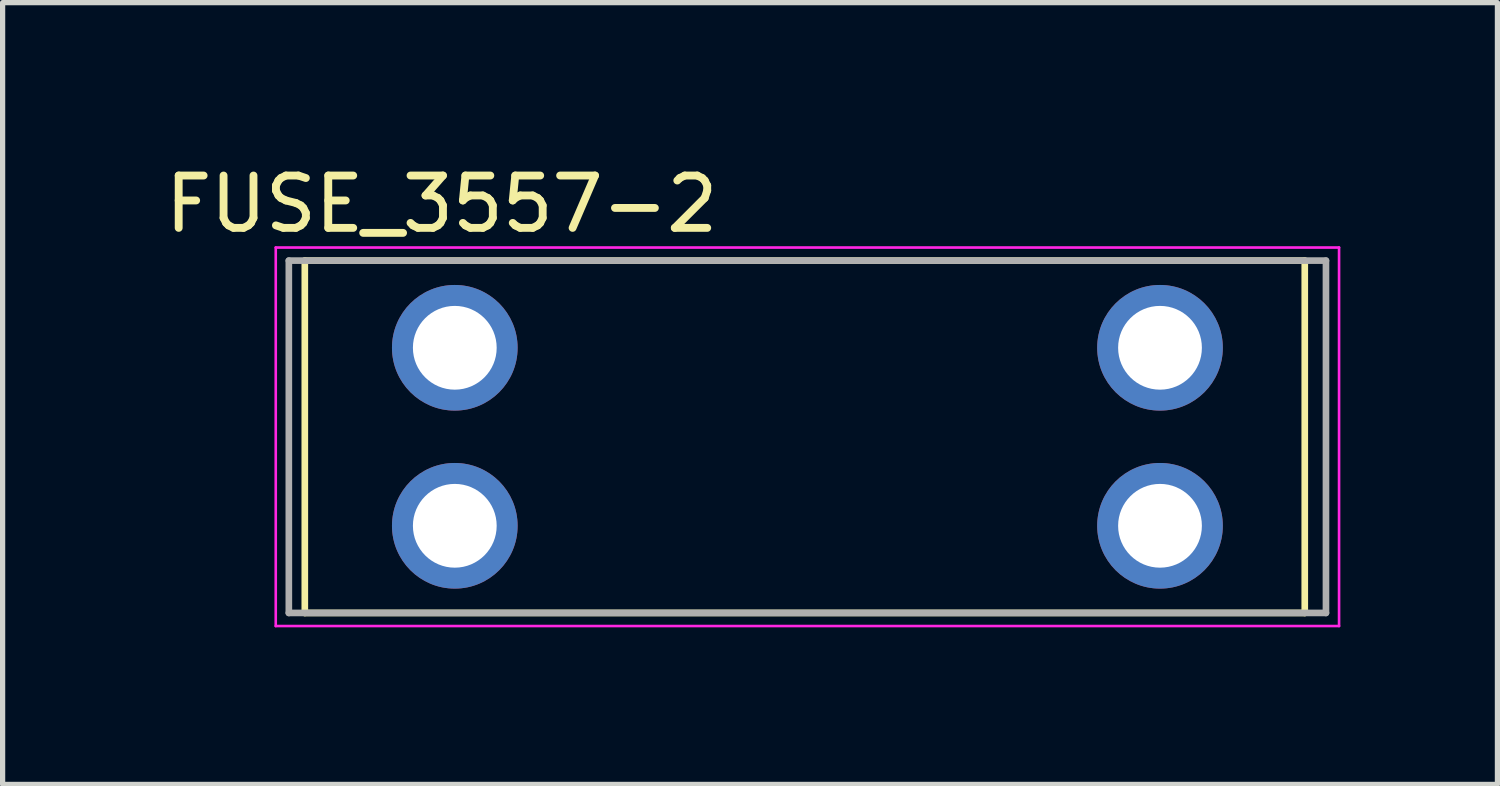
<source format=kicad_pcb>
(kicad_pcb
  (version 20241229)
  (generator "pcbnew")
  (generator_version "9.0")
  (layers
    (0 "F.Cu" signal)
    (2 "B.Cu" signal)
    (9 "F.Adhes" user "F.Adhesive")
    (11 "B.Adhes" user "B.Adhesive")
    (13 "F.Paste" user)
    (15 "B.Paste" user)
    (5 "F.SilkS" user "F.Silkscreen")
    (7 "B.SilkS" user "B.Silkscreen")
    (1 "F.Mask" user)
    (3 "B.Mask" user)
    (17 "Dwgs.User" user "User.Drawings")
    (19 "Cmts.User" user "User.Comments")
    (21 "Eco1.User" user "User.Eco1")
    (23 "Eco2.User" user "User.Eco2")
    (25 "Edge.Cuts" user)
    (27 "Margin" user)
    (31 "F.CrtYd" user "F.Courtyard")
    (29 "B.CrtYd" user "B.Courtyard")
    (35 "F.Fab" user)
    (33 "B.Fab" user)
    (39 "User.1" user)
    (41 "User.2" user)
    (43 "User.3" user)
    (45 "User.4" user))
  (footprint "FUSE_3557-2"
    (layer "F.Cu")
    (at 12.372 5.293)
    (property "Reference" "FUSE_3557-2" (at -6.985 -4.445 0) (layer "F.SilkS") (effects (font (size 1 1) (thickness 0.15))))
    (attr through_hole)
    (fp_line (start -9.6 -3.365) (end -9.6 3.365) (stroke (width 0.127) (type solid)) (layer "F.SilkS"))
    (fp_line (start -9.6 3.365) (end 9.5 3.365) (stroke (width 0.127) (type solid)) (layer "F.SilkS"))
    (fp_line (start 9.5 -3.365) (end -9.6 -3.365) (stroke (width 0.127) (type solid)) (layer "F.SilkS"))
    (fp_line (start 9.5 3.365) (end 9.5 -3.365) (stroke (width 0.127) (type solid)) (layer "F.SilkS"))
    (fp_line (start -10.155 -3.615) (end 10.155 -3.615) (stroke (width 0.05) (type solid)) (layer "F.CrtYd"))
    (fp_line (start -10.155 3.615) (end -10.155 -3.615) (stroke (width 0.05) (type solid)) (layer "F.CrtYd"))
    (fp_line (start 10.155 -3.615) (end 10.155 3.615) (stroke (width 0.05) (type solid)) (layer "F.CrtYd"))
    (fp_line (start 10.155 3.615) (end -10.155 3.615) (stroke (width 0.05) (type solid)) (layer "F.CrtYd"))
    (fp_line (start -9.905 -3.365) (end -9.905 3.365) (stroke (width 0.127) (type solid)) (layer "F.Fab"))
    (fp_line (start -9.905 3.365) (end 9.905 3.365) (stroke (width 0.127) (type solid)) (layer "F.Fab"))
    (fp_line (start 9.905 -3.365) (end -9.905 -3.365) (stroke (width 0.127) (type solid)) (layer "F.Fab"))
    (fp_line (start 9.905 3.365) (end 9.905 -3.365) (stroke (width 0.127) (type solid)) (layer "F.Fab"))
    (pad "1_1" thru_hole circle (at -6.735 -1.7) (size 2.4 2.4) (drill 1.6) (layers "*.Cu" "*.Mask"))
    (pad "1_1" thru_hole circle (at -6.735 1.7) (size 2.4 2.4) (drill 1.6) (layers "*.Cu" "*.Mask"))
    (pad "2_1" thru_hole circle (at 6.735 -1.7) (size 2.4 2.4) (drill 1.6) (layers "*.Cu" "*.Mask"))
    (pad "2_1" thru_hole circle (at 6.735 1.7) (size 2.4 2.4) (drill 1.6) (layers "*.Cu" "*.Mask")))
  (gr_rect
    (start -3 -3)
    (end 25.552 11.933)
    (stroke (width 0.1) (type default))
    (fill no)
    (layer "Edge.Cuts")))
</source>
